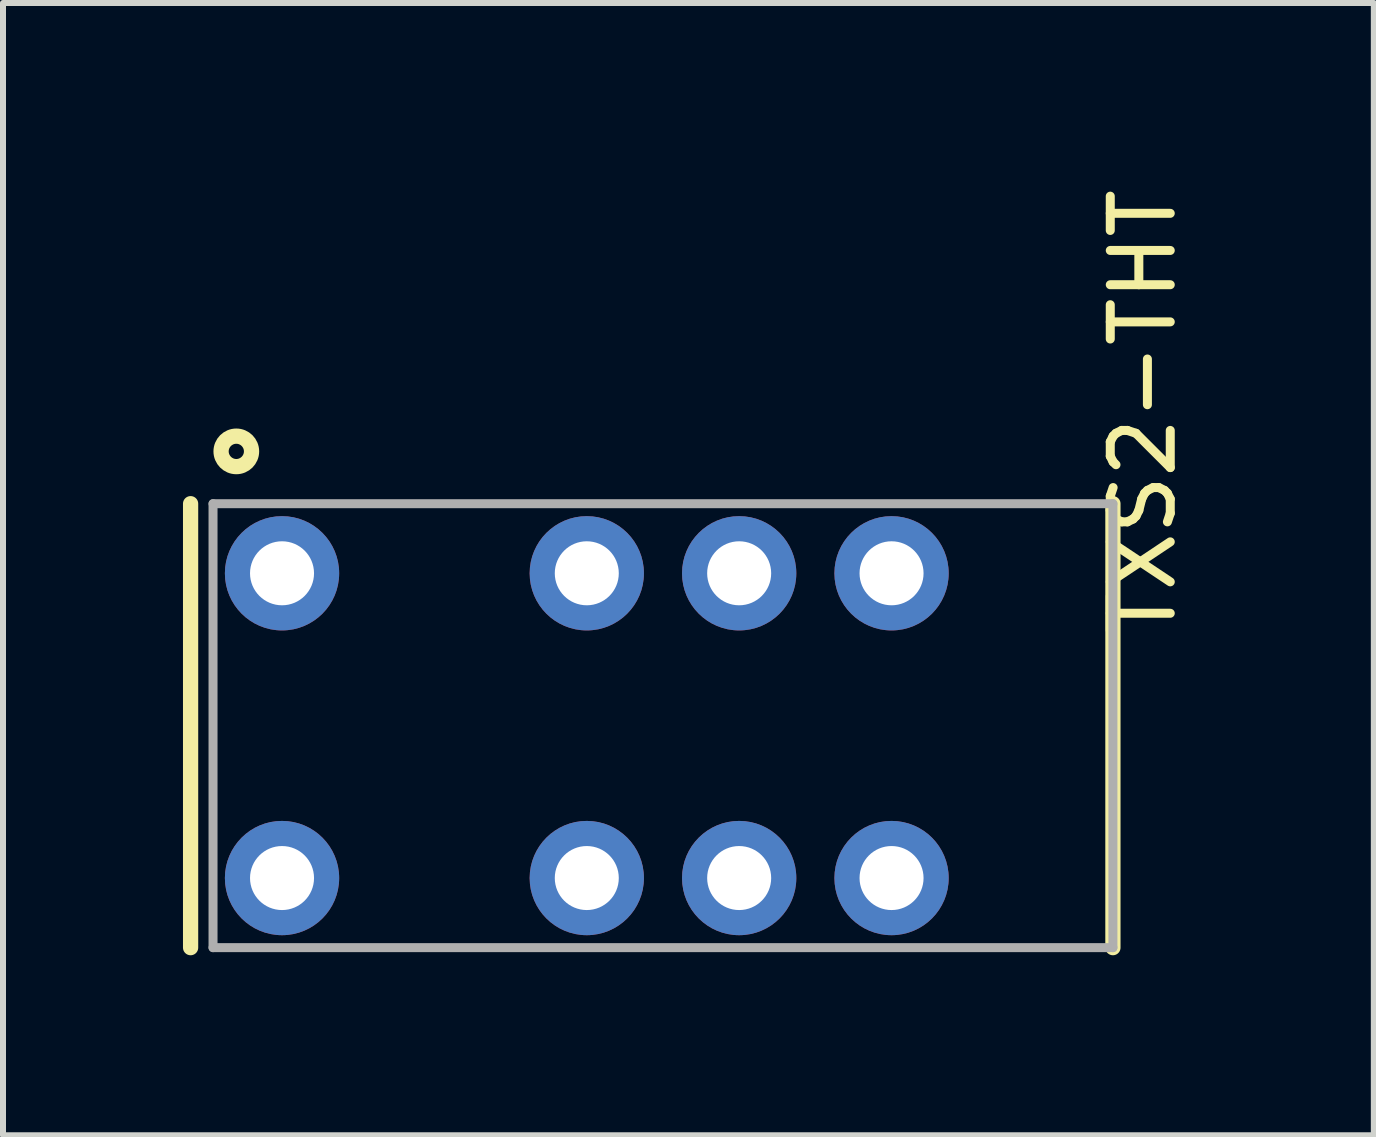
<source format=kicad_pcb>
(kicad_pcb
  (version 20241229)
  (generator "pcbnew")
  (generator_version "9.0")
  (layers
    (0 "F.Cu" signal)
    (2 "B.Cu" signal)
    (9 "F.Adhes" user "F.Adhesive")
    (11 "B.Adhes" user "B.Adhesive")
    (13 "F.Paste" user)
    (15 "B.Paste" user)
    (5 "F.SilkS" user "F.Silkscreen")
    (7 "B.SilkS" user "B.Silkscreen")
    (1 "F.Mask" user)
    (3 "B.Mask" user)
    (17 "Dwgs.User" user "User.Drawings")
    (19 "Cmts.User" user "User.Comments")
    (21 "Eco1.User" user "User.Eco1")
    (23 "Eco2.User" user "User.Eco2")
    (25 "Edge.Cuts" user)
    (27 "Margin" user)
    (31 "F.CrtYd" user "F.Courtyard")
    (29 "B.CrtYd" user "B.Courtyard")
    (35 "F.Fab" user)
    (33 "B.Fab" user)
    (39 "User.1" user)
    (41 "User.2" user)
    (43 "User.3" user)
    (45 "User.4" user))
  (footprint "TXS2-THT"
    (layer "F.Cu")
    (at 6.731 9.046)
    (property "Reference" "TXS2-THT" (at 9.271 -5.207 90) (layer "F.SilkS") (effects (font (size 1 1) (thickness 0.15))))
    (attr through_hole)
    (fp_line (start -6.604 -3.7) (end -6.604 3.7) (stroke (width 0.254) (type solid)) (layer "F.SilkS"))
    (fp_line (start 8.77 -3.7) (end 8.77 3.7) (stroke (width 0.254) (type solid)) (layer "F.SilkS"))
    (fp_circle (center -5.842 -4.572) (end -5.588 -4.572) (stroke (width 0.254) (type solid)) (fill no) (layer "F.SilkS"))
    (fp_line (start -6.23 -3.7) (end 8.77 -3.7) (stroke (width 0.15) (type solid)) (layer "F.Fab"))
    (fp_line (start -6.23 3.7) (end -6.23 -3.7) (stroke (width 0.15) (type solid)) (layer "F.Fab"))
    (fp_line (start -6.23 3.7) (end 8.77 3.7) (stroke (width 0.15) (type solid)) (layer "F.Fab"))
    (fp_line (start 8.77 3.7) (end 8.77 -3.7) (stroke (width 0.15) (type solid)) (layer "F.Fab"))
    (pad "1" thru_hole circle (at -5.08 2.54) (size 1.905 1.905) (drill 1.067) (layers "*.Cu" "*.Mask"))
    (pad "3" thru_hole circle (at 0 2.54) (size 1.905 1.905) (drill 1.067) (layers "*.Cu" "*.Mask"))
    (pad "4" thru_hole circle (at 2.54 2.54) (size 1.905 1.905) (drill 1.067) (layers "*.Cu" "*.Mask"))
    (pad "5" thru_hole circle (at 5.08 2.54) (size 1.905 1.905) (drill 1.067) (layers "*.Cu" "*.Mask"))
    (pad "8" thru_hole circle (at 5.08 -2.54) (size 1.905 1.905) (drill 1.067) (layers "*.Cu" "*.Mask"))
    (pad "9" thru_hole circle (at 2.54 -2.54) (size 1.905 1.905) (drill 1.067) (layers "*.Cu" "*.Mask"))
    (pad "10" thru_hole circle (at 0 -2.54) (size 1.905 1.905) (drill 1.067) (layers "*.Cu" "*.Mask"))
    (pad "12" thru_hole circle (at -5.08 -2.54) (size 1.905 1.905) (drill 1.067) (layers "*.Cu" "*.Mask")))
  (gr_rect
    (start -3 -3)
    (end 19.85 15.873)
    (stroke (width 0.1) (type default))
    (fill no)
    (layer "Edge.Cuts")))
</source>
